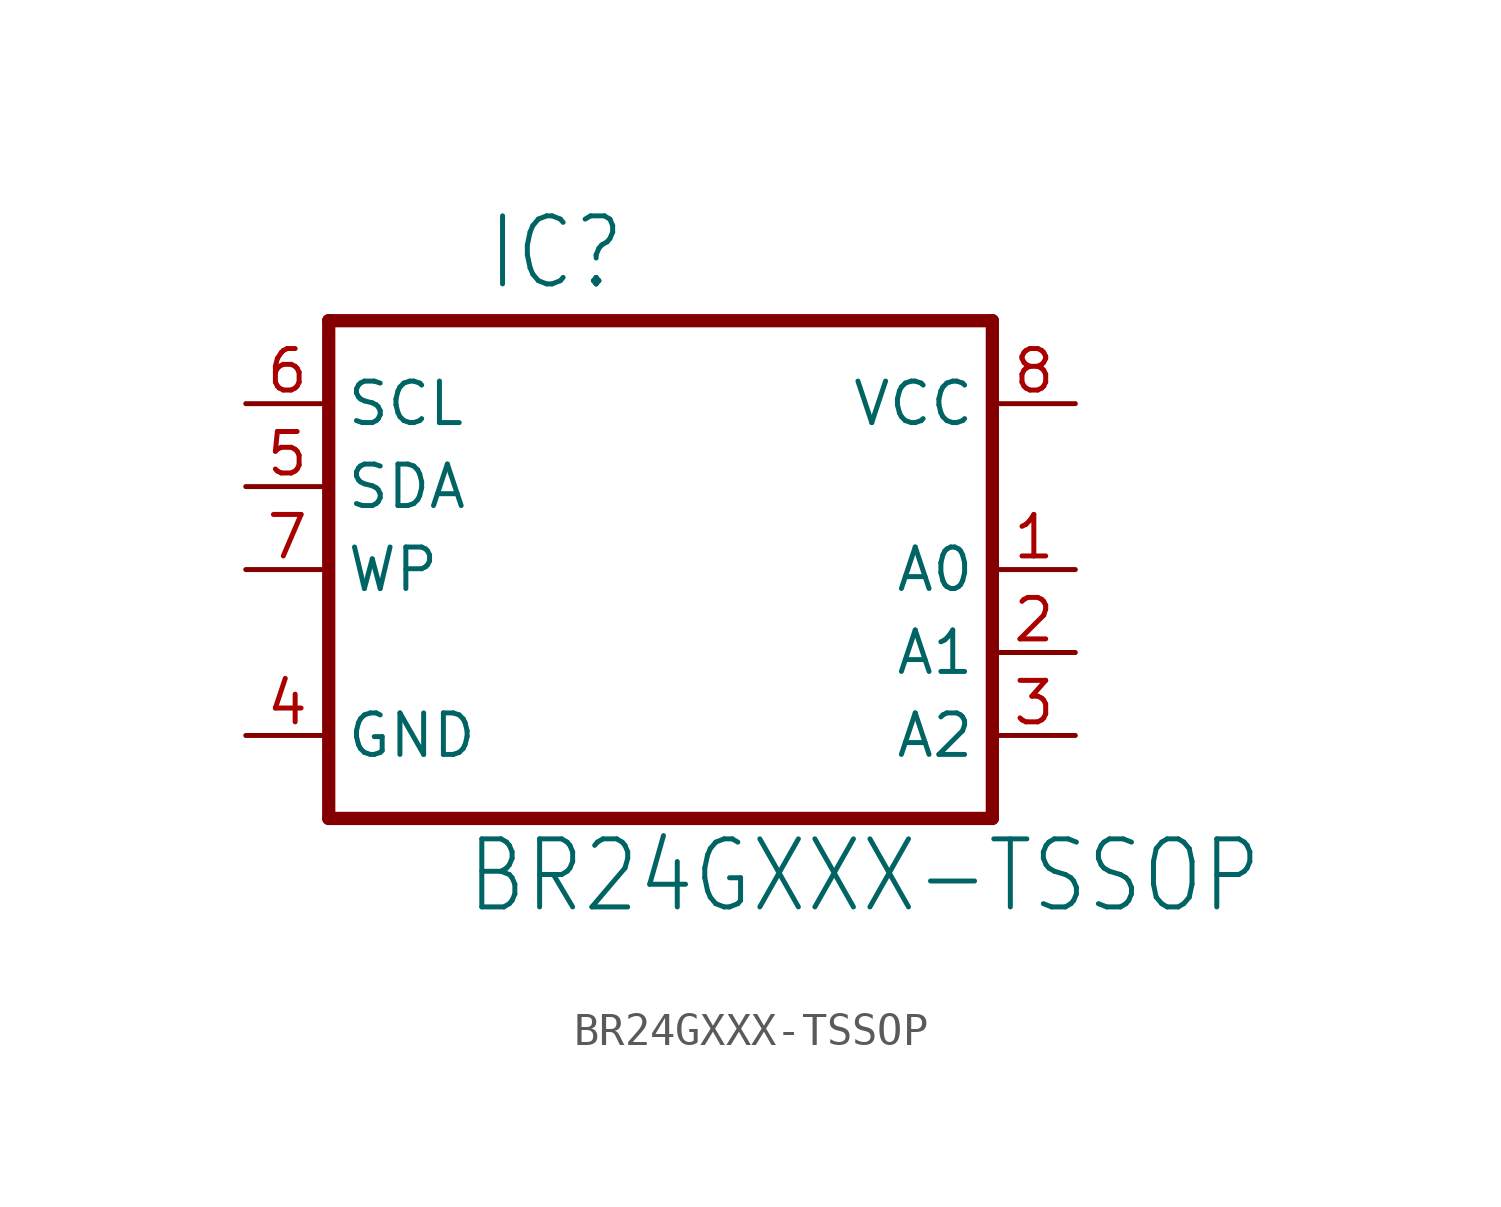
<source format=kicad_sym>
(kicad_symbol_lib
  (version 20211014)
  (generator kicad_symbol_editor)
  (symbol "BR24GXXX-TSSOP"
    (property "Reference" "IC"
      (at -5.359 8.484 0)
      (effects (font (size 2.083 1.77)) (justify left bottom)))
    (property "Value" "BR24GXXX-TSSOP"
      (at -5.994 -10.592 0)
      (effects (font (size 2.083 1.77)) (justify left bottom)))
    (property "ki_locked" ""
      (at 0 0 0)
      (effects (font (size 1.27 1.27))))
    (symbol "BR24GXXX-TSSOP_1_0"
      (polyline (pts (xy -10.16 -7.62) (xy 10.16 -7.62)) (stroke (width 0.406) (type default) (color 0 0 0 0)) (fill (type none)))
      (polyline (pts (xy -10.16 7.62) (xy -10.16 -7.62)) (stroke (width 0.406) (type default) (color 0 0 0 0)) (fill (type none)))
      (polyline (pts (xy 10.16 -7.62) (xy 10.16 7.62)) (stroke (width 0.406) (type default) (color 0 0 0 0)) (fill (type none)))
      (polyline (pts (xy 10.16 7.62) (xy -10.16 7.62)) (stroke (width 0.406) (type default) (color 0 0 0 0)) (fill (type none)))
      (pin input line (at 12.7 0 180) (length 2.54) (name "A0" (effects (font (size 1.27 1.27)))) (number "1" (effects (font (size 1.27 1.27)))))
      (pin input line (at 12.7 -2.54 180) (length 2.54) (name "A1" (effects (font (size 1.27 1.27)))) (number "2" (effects (font (size 1.27 1.27)))))
      (pin input line (at 12.7 -5.08 180) (length 2.54) (name "A2" (effects (font (size 1.27 1.27)))) (number "3" (effects (font (size 1.27 1.27)))))
      (pin passive line (at -12.7 -5.08 0) (length 2.54) (name "GND" (effects (font (size 1.27 1.27)))) (number "4" (effects (font (size 1.27 1.27)))))
      (pin bidirectional line (at -12.7 2.54 0) (length 2.54) (name "SDA" (effects (font (size 1.27 1.27)))) (number "5" (effects (font (size 1.27 1.27)))))
      (pin bidirectional line (at -12.7 5.08 0) (length 2.54) (name "SCL" (effects (font (size 1.27 1.27)))) (number "6" (effects (font (size 1.27 1.27)))))
      (pin input line (at -12.7 0 0) (length 2.54) (name "WP" (effects (font (size 1.27 1.27)))) (number "7" (effects (font (size 1.27 1.27)))))
      (pin power_in line (at 12.7 5.08 180) (length 2.54) (name "VCC" (effects (font (size 1.27 1.27)))) (number "8" (effects (font (size 1.27 1.27))))))))
</source>
